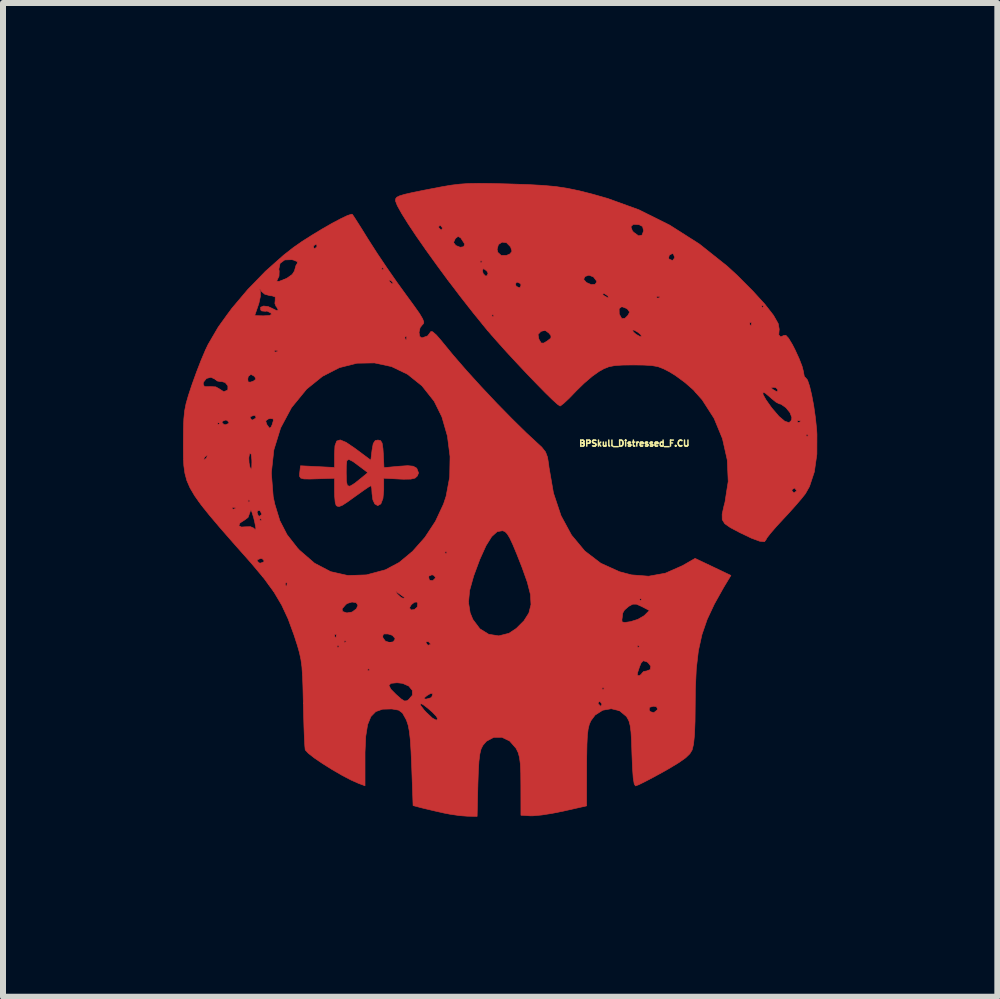
<source format=kicad_pcb>
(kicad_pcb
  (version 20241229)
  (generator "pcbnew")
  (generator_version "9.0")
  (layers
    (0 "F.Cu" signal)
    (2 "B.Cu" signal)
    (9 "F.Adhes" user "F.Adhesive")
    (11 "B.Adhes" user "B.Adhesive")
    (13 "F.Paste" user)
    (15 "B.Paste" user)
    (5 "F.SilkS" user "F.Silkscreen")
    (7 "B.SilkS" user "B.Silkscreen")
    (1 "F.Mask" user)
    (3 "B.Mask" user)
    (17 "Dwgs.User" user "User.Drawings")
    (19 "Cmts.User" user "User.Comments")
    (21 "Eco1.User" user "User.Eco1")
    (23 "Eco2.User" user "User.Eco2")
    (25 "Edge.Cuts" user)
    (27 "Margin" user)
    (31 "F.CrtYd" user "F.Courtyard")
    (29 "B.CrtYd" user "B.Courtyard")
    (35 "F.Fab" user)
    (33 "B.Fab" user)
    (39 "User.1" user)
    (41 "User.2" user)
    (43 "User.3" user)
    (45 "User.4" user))
  (footprint "BPSkull_Distressed_F.CU"
    (layer "F.Cu")
    (at 5.259 5.278)
    (property "Reference" "BPSkull_Distressed_F.CU" (at 2.261 -0.94 0) (layer "F.SilkS") (effects (font (size 0.1 0.1) (thickness 0.025))))
    (attr board_only exclude_from_pos_files exclude_from_bom)
    (fp_poly (pts (xy -2.543 -0.958) (xy -2.4 -0.861) (xy -2.374 -0.842) (xy -2.13 -0.66) (xy -2.11 -0.828) (xy -2.09 -0.937) (xy -2.057 -0.987) (xy -2.012 -0.996) (xy -1.968 -0.987) (xy -1.942 -0.945) (xy -1.928 -0.854) (xy -1.922 -0.766) (xy -1.911 -0.536) (xy -1.662 -0.559) (xy -1.515 -0.569) (xy -1.425 -0.56) (xy -1.373 -0.532) (xy -1.363 -0.522) (xy -1.335 -0.448) (xy -1.355 -0.397) (xy -1.393 -0.362) (xy -1.463 -0.345) (xy -1.584 -0.343) (xy -1.656 -0.346) (xy -1.915 -0.36) (xy -1.915 -0.165) (xy -1.928 -0.023) (xy -1.963 0.068) (xy -2.015 0.097) (xy -2.064 0.069) (xy -2.096 0.000428) (xy -2.11 -0.102) (xy -2.11 -0.106) (xy -2.115 -0.193) (xy -2.128 -0.234) (xy -2.13 -0.234) (xy -2.168 -0.213) (xy -2.252 -0.156) (xy -2.365 -0.075) (xy -2.388 -0.059) (xy -2.521 0.037) (xy -2.606 0.092) (xy -2.659 0.112) (xy -2.693 0.105) (xy -2.709 0.091) (xy -2.724 0.04) (xy -2.733 -0.062) (xy -2.735 -0.147) (xy -2.735 -0.359) (xy -2.98 -0.351) (xy -3.145 -0.346) (xy -3.247 -0.348) (xy -3.3 -0.363) (xy -3.318 -0.393) (xy -3.316 -0.445) (xy -3.315 -0.45) (xy -2.54 -0.45) (xy -2.537 -0.31) (xy -2.521 -0.237) (xy -2.479 -0.226) (xy -2.4 -0.274) (xy -2.291 -0.361) (xy -2.18 -0.453) (xy -2.311 -0.552) (xy -2.429 -0.639) (xy -2.498 -0.674) (xy -2.53 -0.652) (xy -2.539 -0.565) (xy -2.54 -0.45) (xy -3.315 -0.45) (xy -3.314 -0.459) (xy -3.302 -0.567) (xy -2.735 -0.539) (xy -2.735 -0.759) (xy -2.728 -0.9) (xy -2.699 -0.979) (xy -2.64 -0.998) (xy -2.543 -0.958)) (stroke (width 0.01) (type solid)) (fill yes) (layer "F.Cu"))
    (fp_poly (pts (xy -0.127 -5.271) (xy 0.139 -5.264) (xy 0.175 -5.263) (xy 0.485 -5.253) (xy 0.737 -5.239) (xy 0.95 -5.22) (xy 1.146 -5.19) (xy 1.344 -5.149) (xy 1.564 -5.093) (xy 1.817 -5.021) (xy 2.336 -4.833) (xy 2.85 -4.577) (xy 3.345 -4.262) (xy 3.806 -3.895) (xy 3.974 -3.741) (xy 4.235 -3.479) (xy 4.437 -3.257) (xy 4.579 -3.075) (xy 4.658 -2.936) (xy 4.675 -2.84) (xy 4.674 -2.837) (xy 4.667 -2.748) (xy 4.699 -2.714) (xy 4.75 -2.738) (xy 4.785 -2.741) (xy 4.83 -2.693) (xy 4.894 -2.587) (xy 4.94 -2.497) (xy 5.006 -2.353) (xy 5.056 -2.224) (xy 5.079 -2.135) (xy 5.08 -2.124) (xy 5.093 -2.054) (xy 5.116 -2.032) (xy 5.146 -1.996) (xy 5.18 -1.896) (xy 5.215 -1.75) (xy 5.249 -1.571) (xy 5.277 -1.374) (xy 5.298 -1.175) (xy 5.303 -1.094) (xy 5.302 -0.761) (xy 5.26 -0.466) (xy 5.179 -0.222) (xy 5.112 -0.103) (xy 5.049 -0.023) (xy 4.947 0.096) (xy 4.824 0.233) (xy 4.741 0.322) (xy 4.623 0.45) (xy 4.529 0.559) (xy 4.47 0.635) (xy 4.455 0.664) (xy 4.429 0.698) (xy 4.349 0.69) (xy 4.211 0.639) (xy 4.015 0.545) (xy 3.862 0.464) (xy 3.768 0.399) (xy 3.725 0.33) (xy 3.724 0.238) (xy 3.754 0.103) (xy 3.771 0.039) (xy 3.801 -0.156) (xy 4.885 -0.156) (xy 4.914 -0.118) (xy 4.924 -0.117) (xy 4.962 -0.147) (xy 4.963 -0.156) (xy 4.933 -0.194) (xy 4.924 -0.195) (xy 4.886 -0.166) (xy 4.885 -0.156) (xy 3.801 -0.156) (xy 3.825 -0.306) (xy 3.809 -0.664) (xy 3.729 -1.019) (xy 3.706 -1.075) (xy 5.119 -1.075) (xy 5.139 -1.055) (xy 5.158 -1.075) (xy 5.139 -1.094) (xy 5.119 -1.075) (xy 3.706 -1.075) (xy 3.589 -1.358) (xy 3.392 -1.665) (xy 3.279 -1.792) (xy 4.402 -1.792) (xy 4.406 -1.753) (xy 4.454 -1.667) (xy 4.545 -1.538) (xy 4.553 -1.528) (xy 4.67 -1.391) (xy 4.767 -1.309) (xy 4.839 -1.286) (xy 4.87 -1.316) (xy 4.976 -1.316) (xy 4.981 -1.292) (xy 5.002 -1.29) (xy 5.034 -1.304) (xy 5.028 -1.316) (xy 4.982 -1.32) (xy 4.976 -1.316) (xy 4.87 -1.316) (xy 4.879 -1.324) (xy 4.885 -1.371) (xy 4.855 -1.451) (xy 4.787 -1.535) (xy 4.706 -1.592) (xy 4.672 -1.601) (xy 4.622 -1.627) (xy 4.545 -1.689) (xy 4.526 -1.707) (xy 4.441 -1.779) (xy 4.402 -1.792) (xy 3.279 -1.792) (xy 3.245 -1.831) (xy 3.202 -1.869) (xy 4.537 -1.869) (xy 4.565 -1.842) (xy 4.572 -1.837) (xy 4.631 -1.802) (xy 4.649 -1.813) (xy 4.65 -1.837) (xy 4.618 -1.869) (xy 4.582 -1.875) (xy 4.537 -1.869) (xy 3.202 -1.869) (xy 3.106 -1.953) (xy 2.947 -2.07) (xy 2.85 -2.13) (xy 2.745 -2.184) (xy 2.654 -2.219) (xy 2.553 -2.237) (xy 2.419 -2.245) (xy 2.247 -2.247) (xy 2.061 -2.245) (xy 1.932 -2.236) (xy 1.836 -2.217) (xy 1.751 -2.183) (xy 1.676 -2.141) (xy 1.56 -2.059) (xy 1.422 -1.941) (xy 1.29 -1.812) (xy 1.278 -1.799) (xy 1.173 -1.69) (xy 1.085 -1.608) (xy 1.031 -1.566) (xy 1.023 -1.563) (xy 0.981 -1.591) (xy 0.897 -1.667) (xy 0.778 -1.783) (xy 0.634 -1.93) (xy 0.473 -2.097) (xy 0.305 -2.276) (xy 0.137 -2.457) (xy -0.02 -2.632) (xy -0.128 -2.755) (xy 0.656 -2.755) (xy 0.668 -2.685) (xy 0.673 -2.672) (xy 0.708 -2.613) (xy 0.75 -2.611) (xy 0.807 -2.645) (xy 0.87 -2.694) (xy 0.872 -2.734) (xy 0.837 -2.778) (xy 0.774 -2.825) (xy 0.708 -2.807) (xy 0.703 -2.804) (xy 0.656 -2.755) (xy -0.128 -2.755) (xy -0.158 -2.79) (xy -0.192 -2.829) (xy 2.23 -2.829) (xy 2.244 -2.797) (xy 2.289 -2.758) (xy 2.353 -2.722) (xy 2.381 -2.719) (xy 2.367 -2.752) (xy 2.322 -2.791) (xy 2.258 -2.827) (xy 2.23 -2.829) (xy -0.192 -2.829) (xy -0.224 -2.868) (xy -0.275 -2.931) (xy 4.181 -2.931) (xy 4.196 -2.899) (xy 4.207 -2.905) (xy 4.212 -2.951) (xy 4.207 -2.957) (xy 4.184 -2.951) (xy 4.181 -2.931) (xy -0.275 -2.931) (xy -0.386 -3.068) (xy -0.117 -3.068) (xy -0.098 -3.048) (xy -0.078 -3.068) (xy -0.098 -3.087) (xy -0.117 -3.068) (xy -0.386 -3.068) (xy -0.423 -3.113) (xy -0.479 -3.185) (xy 2.007 -3.185) (xy 2.009 -3.098) (xy 2.011 -3.091) (xy 2.051 -3.02) (xy 2.104 -3.024) (xy 2.153 -3.072) (xy 2.182 -3.127) (xy 2.15 -3.174) (xy 2.13 -3.189) (xy 2.052 -3.219) (xy 2.007 -3.185) (xy -0.479 -3.185) (xy -0.51 -3.224) (xy 4.377 -3.224) (xy 4.396 -3.204) (xy 4.416 -3.224) (xy 4.396 -3.243) (xy 4.377 -3.224) (xy -0.51 -3.224) (xy -0.626 -3.372) (xy -0.665 -3.423) (xy 1.731 -3.423) (xy 1.758 -3.4) (xy 1.821 -3.365) (xy 1.829 -3.378) (xy 1.824 -3.387) (xy 2.631 -3.387) (xy 2.637 -3.363) (xy 2.657 -3.361) (xy 2.689 -3.375) (xy 2.683 -3.387) (xy 2.637 -3.391) (xy 2.631 -3.387) (xy 1.824 -3.387) (xy 1.817 -3.4) (xy 1.76 -3.437) (xy 1.746 -3.438) (xy 1.731 -3.423) (xy -0.665 -3.423) (xy -0.797 -3.597) (xy 0.279 -3.597) (xy 0.292 -3.558) (xy 0.341 -3.534) (xy 0.358 -3.54) (xy 0.374 -3.582) (xy 0.356 -3.607) (xy 0.303 -3.629) (xy 0.279 -3.597) (xy -0.797 -3.597) (xy -0.829 -3.638) (xy -0.856 -3.674) (xy 1.416 -3.674) (xy 1.458 -3.625) (xy 1.466 -3.619) (xy 1.542 -3.586) (xy 1.607 -3.591) (xy 1.634 -3.63) (xy 1.631 -3.646) (xy 1.579 -3.714) (xy 1.504 -3.743) (xy 1.439 -3.721) (xy 1.416 -3.674) (xy -0.856 -3.674) (xy -0.968 -3.826) (xy -0.272 -3.826) (xy -0.259 -3.77) (xy -0.22 -3.729) (xy -0.194 -3.733) (xy -0.176 -3.777) (xy -0.199 -3.814) (xy -0.251 -3.853) (xy -0.272 -3.826) (xy -0.968 -3.826) (xy -1.024 -3.902) (xy -1.07 -3.966) (xy -0.313 -3.966) (xy -0.293 -3.947) (xy -0.274 -3.966) (xy -0.293 -3.986) (xy -0.313 -3.966) (xy -1.07 -3.966) (xy -1.114 -4.027) (xy 2.831 -4.027) (xy 2.841 -4.011) (xy 2.897 -3.987) (xy 2.93 -4.029) (xy 2.931 -4.044) (xy 2.911 -4.096) (xy 2.894 -4.103) (xy 2.843 -4.077) (xy 2.831 -4.027) (xy -1.114 -4.027) (xy -1.206 -4.155) (xy -1.22 -4.175) (xy -0.026 -4.175) (xy -0.014 -4.123) (xy 0.041 -4.073) (xy 0.13 -4.072) (xy 0.19 -4.099) (xy 0.222 -4.142) (xy 0.199 -4.213) (xy 0.198 -4.215) (xy 0.131 -4.284) (xy 0.056 -4.293) (xy -0.004 -4.253) (xy -0.026 -4.175) (xy -1.22 -4.175) (xy -1.298 -4.287) (xy -0.752 -4.287) (xy -0.716 -4.24) (xy -0.711 -4.236) (xy -0.641 -4.208) (xy -0.583 -4.217) (xy -0.566 -4.257) (xy -0.573 -4.273) (xy -0.632 -4.364) (xy -0.676 -4.389) (xy -0.719 -4.356) (xy -0.724 -4.349) (xy -0.752 -4.287) (xy -1.298 -4.287) (xy -1.37 -4.39) (xy -1.475 -4.548) (xy -1.003 -4.548) (xy -0.996 -4.533) (xy -0.961 -4.496) (xy -0.955 -4.494) (xy -0.938 -4.524) (xy -0.938 -4.533) (xy -0.952 -4.55) (xy 2.203 -4.55) (xy 2.228 -4.481) (xy 2.249 -4.458) (xy 2.332 -4.398) (xy 2.389 -4.411) (xy 2.415 -4.482) (xy 2.398 -4.554) (xy 2.338 -4.585) (xy 2.243 -4.59) (xy 2.203 -4.55) (xy -0.952 -4.55) (xy -0.968 -4.57) (xy -0.979 -4.572) (xy -1.003 -4.548) (xy -1.475 -4.548) (xy -1.509 -4.599) (xy -1.617 -4.772) (xy -1.689 -4.902) (xy -1.719 -4.98) (xy -1.719 -4.986) (xy -1.716 -5.017) (xy -1.697 -5.042) (xy -1.653 -5.064) (xy -1.571 -5.089) (xy -1.44 -5.119) (xy -1.249 -5.158) (xy -1.129 -5.181) (xy -0.943 -5.217) (xy -0.789 -5.243) (xy -0.648 -5.26) (xy -0.503 -5.27) (xy -0.335 -5.273) (xy -0.127 -5.271)) (stroke (width 0.01) (type solid)) (fill yes) (layer "F.Cu"))
    (fp_poly (pts (xy -2.439 -4.757) (xy -2.413 -4.72) (xy -2.354 -4.628) (xy -2.271 -4.497) (xy -2.172 -4.337) (xy -2.152 -4.306) (xy -2.02 -4.1) (xy -1.86 -3.862) (xy -1.693 -3.622) (xy -1.543 -3.415) (xy -1.41 -3.233) (xy -1.319 -3.104) (xy -1.267 -3.016) (xy -1.247 -2.962) (xy -1.255 -2.932) (xy -1.266 -2.923) (xy -1.309 -2.869) (xy -1.327 -2.792) (xy -1.317 -2.724) (xy -1.28 -2.697) (xy -1.184 -2.731) (xy -1.129 -2.804) (xy -1.1 -2.8) (xy -1.037 -2.745) (xy -0.954 -2.649) (xy -0.938 -2.629) (xy -0.759 -2.411) (xy -0.539 -2.157) (xy -0.291 -1.884) (xy -0.032 -1.609) (xy 0.223 -1.349) (xy 0.457 -1.119) (xy 0.612 -0.975) (xy 0.719 -0.876) (xy 0.781 -0.797) (xy 0.814 -0.71) (xy 0.834 -0.586) (xy 0.838 -0.545) (xy 0.913 -0.113) (xy 1.039 0.265) (xy 1.214 0.588) (xy 1.435 0.853) (xy 1.702 1.057) (xy 2.013 1.198) (xy 2.214 1.251) (xy 2.499 1.273) (xy 2.777 1.223) (xy 3.058 1.099) (xy 3.07 1.093) (xy 3.273 0.976) (xy 3.572 1.118) (xy 3.87 1.26) (xy 3.749 1.46) (xy 3.594 1.737) (xy 3.474 1.993) (xy 3.387 2.246) (xy 3.328 2.514) (xy 3.293 2.814) (xy 3.277 3.164) (xy 3.275 3.4) (xy 3.272 3.694) (xy 3.263 3.917) (xy 3.247 4.072) (xy 3.224 4.166) (xy 3.224 4.168) (xy 3.185 4.232) (xy 3.117 4.298) (xy 3.007 4.376) (xy 2.844 4.475) (xy 2.749 4.529) (xy 2.583 4.62) (xy 2.44 4.695) (xy 2.335 4.747) (xy 2.281 4.767) (xy 2.28 4.767) (xy 2.259 4.735) (xy 2.242 4.635) (xy 2.23 4.464) (xy 2.221 4.243) (xy 2.214 4.024) (xy 2.205 3.869) (xy 2.191 3.761) (xy 2.171 3.686) (xy 2.141 3.629) (xy 2.126 3.608) (xy 2.013 3.514) (xy 1.979 3.506) (xy 2.508 3.506) (xy 2.528 3.531) (xy 2.586 3.546) (xy 2.639 3.504) (xy 2.648 3.485) (xy 2.629 3.448) (xy 2.582 3.439) (xy 2.512 3.458) (xy 2.508 3.506) (xy 1.979 3.506) (xy 1.876 3.481) (xy 1.734 3.506) (xy 1.607 3.587) (xy 1.537 3.681) (xy 1.51 3.742) (xy 1.491 3.819) (xy 1.478 3.925) (xy 1.471 4.074) (xy 1.467 4.279) (xy 1.466 4.455) (xy 1.465 5.1) (xy 1.075 5.188) (xy 0.89 5.225) (xy 0.717 5.252) (xy 0.579 5.265) (xy 0.528 5.266) (xy 0.371 5.256) (xy 0.37 4.766) (xy 0.368 4.552) (xy 0.361 4.4) (xy 0.347 4.292) (xy 0.325 4.212) (xy 0.291 4.143) (xy 0.29 4.141) (xy 0.183 4.019) (xy 0.054 3.957) (xy -0.082 3.958) (xy -0.204 4.023) (xy -0.263 4.092) (xy -0.293 4.152) (xy -0.314 4.237) (xy -0.329 4.36) (xy -0.339 4.535) (xy -0.346 4.736) (xy -0.359 5.275) (xy -0.522 5.272) (xy -0.653 5.262) (xy -0.815 5.238) (xy -0.918 5.218) (xy -1.072 5.183) (xy -1.216 5.149) (xy -1.29 5.131) (xy -1.426 5.095) (xy -1.449 4.449) (xy -1.46 4.193) (xy -1.472 4.001) (xy -1.488 3.86) (xy -1.508 3.756) (xy -1.535 3.676) (xy -1.547 3.651) (xy -1.603 3.552) (xy -1.666 3.505) (xy -1.766 3.487) (xy -1.786 3.485) (xy -1.935 3.489) (xy -2.048 3.529) (xy -2.129 3.612) (xy -2.184 3.747) (xy -2.215 3.942) (xy -2.227 4.204) (xy -2.227 4.294) (xy -2.227 4.765) (xy -2.335 4.725) (xy -2.461 4.669) (xy -2.613 4.589) (xy -2.775 4.495) (xy -2.933 4.396) (xy -3.07 4.303) (xy -3.171 4.224) (xy -3.221 4.17) (xy -3.224 4.163) (xy -3.23 4.1) (xy -3.237 3.972) (xy -3.244 3.795) (xy -3.25 3.582) (xy -3.255 3.393) (xy -1.309 3.393) (xy -1.297 3.431) (xy -1.243 3.502) (xy -1.204 3.544) (xy -1.103 3.638) (xy -1.038 3.673) (xy -1.016 3.647) (xy -1.016 3.647) (xy -1.042 3.604) (xy -1.105 3.538) (xy -1.185 3.469) (xy -1.258 3.413) (xy -1.304 3.391) (xy -1.309 3.393) (xy -3.255 3.393) (xy -3.255 3.385) (xy 1.655 3.385) (xy 1.661 3.4) (xy 1.696 3.437) (xy 1.702 3.439) (xy 1.719 3.409) (xy 1.719 3.4) (xy 1.689 3.362) (xy 1.678 3.361) (xy 1.655 3.385) (xy -3.255 3.385) (xy -3.255 3.38) (xy -3.261 3.127) (xy -3.262 3.092) (xy -1.829 3.092) (xy -1.796 3.156) (xy -1.71 3.243) (xy -1.622 3.32) (xy -1.57 3.352) (xy -1.532 3.349) (xy -1.502 3.331) (xy -1.479 3.304) (xy -1.244 3.304) (xy -1.23 3.319) (xy -1.204 3.32) (xy -1.132 3.3) (xy -1.112 3.28) (xy -1.097 3.23) (xy -1.134 3.226) (xy -1.195 3.262) (xy -1.244 3.304) (xy -1.479 3.304) (xy -1.437 3.255) (xy -1.439 3.174) (xy -1.463 3.146) (xy 1.719 3.146) (xy 1.739 3.165) (xy 1.758 3.146) (xy 1.739 3.126) (xy 1.719 3.146) (xy -1.463 3.146) (xy -1.497 3.104) (xy -1.602 3.058) (xy -1.693 3.048) (xy -1.795 3.058) (xy -1.829 3.092) (xy -3.262 3.092) (xy -3.268 2.934) (xy -3.269 2.919) (xy 2.309 2.919) (xy 2.327 2.93) (xy 2.345 2.931) (xy 2.383 2.901) (xy 2.384 2.892) (xy 2.416 2.86) (xy 2.462 2.853) (xy 2.525 2.829) (xy 2.535 2.773) (xy 2.489 2.713) (xy 2.465 2.698) (xy 2.41 2.682) (xy 2.374 2.718) (xy 2.348 2.781) (xy 2.316 2.876) (xy 2.309 2.919) (xy -3.269 2.919) (xy -3.275 2.833) (xy -2.188 2.833) (xy -2.169 2.853) (xy -2.149 2.833) (xy -2.169 2.814) (xy -2.188 2.833) (xy -3.275 2.833) (xy -3.278 2.785) (xy -3.295 2.661) (xy -3.32 2.545) (xy -3.349 2.442) (xy -2.696 2.442) (xy -2.677 2.462) (xy -2.657 2.442) (xy 2.306 2.442) (xy 2.325 2.462) (xy 2.345 2.442) (xy 2.325 2.423) (xy 2.306 2.442) (xy -2.657 2.442) (xy -2.677 2.423) (xy -2.696 2.442) (xy -3.349 2.442) (xy -3.356 2.419) (xy -3.374 2.364) (xy -2.579 2.364) (xy -2.56 2.384) (xy -2.557 2.381) (xy -1.211 2.381) (xy -1.183 2.421) (xy -1.172 2.423) (xy -1.134 2.409) (xy -1.133 2.406) (xy -1.161 2.372) (xy -1.172 2.364) (xy -1.208 2.367) (xy -1.211 2.381) (xy -2.557 2.381) (xy -2.54 2.364) (xy -2.56 2.345) (xy -2.579 2.364) (xy -3.374 2.364) (xy -3.405 2.267) (xy -3.405 2.266) (xy -2.735 2.266) (xy -2.721 2.299) (xy -2.709 2.293) (xy -2.707 2.271) (xy -1.933 2.271) (xy -1.927 2.302) (xy -1.886 2.356) (xy -1.819 2.377) (xy -1.756 2.366) (xy -1.727 2.322) (xy -1.728 2.307) (xy -1.771 2.258) (xy -1.844 2.235) (xy -1.917 2.235) (xy -1.933 2.271) (xy -2.707 2.271) (xy -2.705 2.246) (xy -2.709 2.24) (xy -2.733 2.246) (xy -2.735 2.266) (xy -3.405 2.266) (xy -3.412 2.247) (xy -3.508 1.985) (xy -3.586 1.817) (xy -2.609 1.817) (xy -2.601 1.861) (xy -2.53 1.885) (xy -2.442 1.87) (xy -2.37 1.816) (xy -2.364 1.802) (xy -1.485 1.802) (xy -1.459 1.835) (xy -1.405 1.829) (xy -1.359 1.79) (xy -1.355 1.782) (xy -1.349 1.719) (xy -1.354 1.71) (xy -0.503 1.71) (xy -0.475 1.884) (xy -0.43 1.993) (xy -0.313 2.149) (xy -0.165 2.241) (xy 0.002 2.267) (xy 0.172 2.224) (xy 0.294 2.143) (xy 0.422 2.015) (xy 0.433 1.997) (xy 2.053 1.997) (xy 2.057 2.035) (xy 2.102 2.044) (xy 2.197 2.03) (xy 2.319 1.992) (xy 2.419 1.934) (xy 2.432 1.923) (xy 2.511 1.844) (xy 2.386 1.779) (xy 2.296 1.739) (xy 2.234 1.739) (xy 2.166 1.776) (xy 2.096 1.837) (xy 2.068 1.886) (xy 2.058 1.967) (xy 2.053 1.997) (xy 0.433 1.997) (xy 0.503 1.887) (xy 0.539 1.746) (xy 0.534 1.661) (xy 2.345 1.661) (xy 2.364 1.68) (xy 2.384 1.661) (xy 2.364 1.641) (xy 2.345 1.661) (xy 0.534 1.661) (xy 0.53 1.579) (xy 0.477 1.372) (xy 0.39 1.128) (xy 0.302 0.904) (xy 0.235 0.743) (xy 0.184 0.635) (xy 0.143 0.568) (xy 0.107 0.531) (xy 0.069 0.516) (xy 0.064 0.515) (xy -0.024 0.53) (xy -0.116 0.613) (xy -0.211 0.765) (xy -0.313 0.99) (xy -0.416 1.267) (xy -0.484 1.51) (xy -0.503 1.71) (xy -1.354 1.71) (xy -1.357 1.704) (xy -1.4 1.705) (xy -1.454 1.745) (xy -1.484 1.796) (xy -1.485 1.802) (xy -2.364 1.802) (xy -2.345 1.755) (xy -2.375 1.713) (xy -2.445 1.703) (xy -2.523 1.727) (xy -2.546 1.744) (xy -2.609 1.817) (xy -3.586 1.817) (xy -3.615 1.755) (xy -3.744 1.537) (xy -3.753 1.525) (xy -1.714 1.525) (xy -1.711 1.539) (xy -1.685 1.573) (xy -1.626 1.628) (xy -1.591 1.641) (xy -1.563 1.634) (xy -1.566 1.63) (xy -1.607 1.601) (xy -1.661 1.562) (xy -1.714 1.525) (xy -3.753 1.525) (xy -3.839 1.407) (xy -3.556 1.407) (xy -3.542 1.439) (xy -3.53 1.433) (xy -3.525 1.386) (xy -3.53 1.381) (xy -3.553 1.386) (xy -3.556 1.407) (xy -3.839 1.407) (xy -3.909 1.311) (xy -3.94 1.274) (xy -1.168 1.274) (xy -1.158 1.328) (xy -1.147 1.341) (xy -1.099 1.348) (xy -1.059 1.309) (xy -1.055 1.287) (xy -1.087 1.255) (xy -1.114 1.25) (xy -1.168 1.274) (xy -3.94 1.274) (xy -4.12 1.059) (xy -4.158 1.016) (xy -4.025 1.016) (xy -3.993 1.051) (xy -3.966 1.055) (xy -3.914 1.034) (xy -3.908 1.016) (xy -3.939 0.981) (xy -3.966 0.977) (xy -4.018 0.998) (xy -4.025 1.016) (xy -4.158 1.016) (xy -4.425 0.715) (xy -4.644 0.464) (xy -4.672 0.431) (xy -4.33 0.431) (xy -4.287 0.454) (xy -4.226 0.45) (xy -4.135 0.448) (xy -4.082 0.471) (xy -4.082 0.471) (xy -4.051 0.505) (xy -4.046 0.469) (xy -4.066 0.365) (xy -4.074 0.332) (xy -3.986 0.332) (xy -3.966 0.352) (xy -3.947 0.332) (xy -3.966 0.313) (xy -3.986 0.332) (xy -4.074 0.332) (xy -4.084 0.293) (xy -4.109 0.213) (xy -4.025 0.213) (xy -4.005 0.266) (xy -3.986 0.274) (xy -3.948 0.245) (xy -3.947 0.237) (xy -3.975 0.184) (xy -3.986 0.176) (xy -4.019 0.185) (xy -4.025 0.213) (xy -4.109 0.213) (xy -4.115 0.194) (xy -4.134 0.167) (xy -4.14 0.196) (xy -4.176 0.294) (xy -4.228 0.333) (xy -4.31 0.386) (xy -4.33 0.431) (xy -4.672 0.431) (xy -4.821 0.255) (xy -4.921 0.13) (xy -4.442 0.13) (xy -4.436 0.153) (xy -4.416 0.156) (xy -4.384 0.142) (xy -4.39 0.13) (xy -4.436 0.126) (xy -4.442 0.13) (xy -4.921 0.13) (xy -4.96 0.081) (xy -5.004 0.02) (xy -4.181 0.02) (xy -4.162 0.039) (xy -4.142 0.02) (xy -4.162 0) (xy -4.181 0.02) (xy -5.004 0.02) (xy -5.066 -0.068) (xy -5.143 -0.199) (xy -5.196 -0.321) (xy -5.228 -0.441) (xy -5.229 -0.448) (xy -3.788 -0.448) (xy -3.757 -0.054) (xy -3.731 0.07) (xy -3.646 0.348) (xy -3.526 0.581) (xy -3.354 0.801) (xy -3.319 0.839) (xy -3.068 1.056) (xy -2.799 1.197) (xy -2.511 1.262) (xy -2.204 1.251) (xy -1.887 1.166) (xy -1.658 1.044) (xy -1.459 0.879) (xy -0.899 0.879) (xy -0.879 0.899) (xy -0.86 0.879) (xy -0.879 0.86) (xy -0.899 0.879) (xy -1.459 0.879) (xy -1.435 0.859) (xy -1.229 0.626) (xy -1.053 0.358) (xy -0.919 0.071) (xy -0.876 -0.059) (xy -0.816 -0.379) (xy -0.81 -0.721) (xy -0.854 -1.063) (xy -0.946 -1.382) (xy -1.074 -1.641) (xy -1.278 -1.899) (xy -1.519 -2.092) (xy -1.785 -2.22) (xy -2.069 -2.281) (xy -2.362 -2.276) (xy -2.654 -2.202) (xy -2.935 -2.058) (xy -3.198 -1.846) (xy -3.205 -1.838) (xy -3.452 -1.536) (xy -3.633 -1.198) (xy -3.746 -0.832) (xy -3.788 -0.448) (xy -5.229 -0.448) (xy -5.246 -0.569) (xy -5.251 -0.667) (xy -4.914 -0.667) (xy -4.909 -0.664) (xy -4.873 -0.692) (xy -4.866 -0.702) (xy -4.163 -0.702) (xy -4.159 -0.615) (xy -4.143 -0.539) (xy -4.12 -0.508) (xy -4.114 -0.543) (xy -4.112 -0.629) (xy -4.113 -0.664) (xy -4.123 -0.758) (xy -4.143 -0.775) (xy -4.152 -0.763) (xy -4.163 -0.702) (xy -4.866 -0.702) (xy -4.865 -0.703) (xy -4.855 -0.74) (xy -4.86 -0.742) (xy -4.896 -0.715) (xy -4.904 -0.703) (xy -4.914 -0.667) (xy -5.251 -0.667) (xy -5.253 -0.711) (xy -5.254 -0.877) (xy -5.254 -0.957) (xy -5.252 -1.18) (xy -5.249 -1.27) (xy -4.689 -1.27) (xy -4.67 -1.25) (xy -4.65 -1.27) (xy -4.67 -1.29) (xy -4.611 -1.29) (xy -4.579 -1.255) (xy -4.552 -1.25) (xy -4.5 -1.272) (xy -4.494 -1.29) (xy -4.517 -1.315) (xy -3.882 -1.315) (xy -3.865 -1.259) (xy -3.857 -1.246) (xy -3.819 -1.194) (xy -3.794 -1.21) (xy -3.775 -1.25) (xy -3.754 -1.321) (xy -3.759 -1.349) (xy -3.808 -1.355) (xy -3.842 -1.346) (xy -3.882 -1.315) (xy -4.517 -1.315) (xy -4.525 -1.324) (xy -4.552 -1.329) (xy -4.604 -1.308) (xy -4.611 -1.29) (xy -4.67 -1.29) (xy -4.689 -1.27) (xy -5.249 -1.27) (xy -5.246 -1.347) (xy -5.244 -1.368) (xy -4.142 -1.368) (xy -4.114 -1.33) (xy -4.105 -1.329) (xy -4.052 -1.357) (xy -4.044 -1.368) (xy -4.053 -1.401) (xy -4.081 -1.407) (xy -4.135 -1.386) (xy -4.142 -1.368) (xy -5.244 -1.368) (xy -5.233 -1.48) (xy -5.209 -1.602) (xy -5.171 -1.735) (xy -5.116 -1.902) (xy -5.109 -1.921) (xy -5.107 -1.928) (xy -4.924 -1.928) (xy -4.903 -1.886) (xy -4.829 -1.885) (xy -4.819 -1.887) (xy -4.714 -1.882) (xy -4.66 -1.852) (xy -4.581 -1.801) (xy -4.522 -1.825) (xy -4.512 -1.838) (xy -4.512 -1.899) (xy -4.557 -1.954) (xy -4.618 -1.972) (xy -4.627 -1.969) (xy -4.69 -1.98) (xy -4.726 -2.01) (xy -4.727 -2.01) (xy -4.181 -2.01) (xy -4.174 -1.963) (xy -4.135 -1.961) (xy -4.086 -1.978) (xy -4.045 -2.011) (xy -4.067 -2.056) (xy -4.128 -2.09) (xy -4.172 -2.057) (xy -4.181 -2.01) (xy -4.727 -2.01) (xy -4.794 -2.042) (xy -4.869 -2.022) (xy -4.918 -1.961) (xy -4.924 -1.928) (xy -5.107 -1.928) (xy -5.037 -2.122) (xy -4.958 -2.326) (xy -4.889 -2.488) (xy -3.738 -2.488) (xy -3.733 -2.465) (xy -3.712 -2.462) (xy -3.68 -2.476) (xy -3.686 -2.488) (xy -3.733 -2.493) (xy -3.738 -2.488) (xy -4.889 -2.488) (xy -4.883 -2.502) (xy -4.843 -2.586) (xy -4.779 -2.696) (xy -1.563 -2.696) (xy -1.549 -2.664) (xy -1.537 -2.67) (xy -1.532 -2.717) (xy -1.537 -2.722) (xy -1.56 -2.717) (xy -1.563 -2.696) (xy -4.779 -2.696) (xy -4.672 -2.879) (xy -4.533 -3.072) (xy -4.064 -3.072) (xy -4.029 -3.068) (xy -3.943 -3.066) (xy -3.91 -3.066) (xy -3.814 -3.072) (xy -3.785 -3.092) (xy -3.796 -3.113) (xy -3.859 -3.145) (xy -3.887 -3.141) (xy -3.949 -3.147) (xy -3.965 -3.163) (xy -3.967 -3.208) (xy -3.917 -3.229) (xy -3.84 -3.22) (xy -3.771 -3.188) (xy -3.703 -3.154) (xy -3.673 -3.161) (xy -3.673 -3.162) (xy -3.701 -3.216) (xy -3.709 -3.222) (xy -3.729 -3.272) (xy -3.724 -3.322) (xy -3.723 -3.38) (xy -3.777 -3.399) (xy -3.804 -3.4) (xy -3.897 -3.425) (xy -3.948 -3.468) (xy -3.98 -3.515) (xy -3.979 -3.495) (xy -3.971 -3.469) (xy -3.97 -3.391) (xy -3.994 -3.279) (xy -4.007 -3.239) (xy -4.041 -3.14) (xy -4.062 -3.08) (xy -4.064 -3.072) (xy -4.533 -3.072) (xy -4.446 -3.19) (xy -4.18 -3.505) (xy -4.046 -3.642) (xy -3.699 -3.642) (xy -3.658 -3.64) (xy -3.601 -3.662) (xy -1.83 -3.662) (xy -1.821 -3.64) (xy -1.781 -3.598) (xy -1.759 -3.607) (xy -1.758 -3.612) (xy -1.786 -3.645) (xy -1.804 -3.657) (xy -1.83 -3.662) (xy -3.601 -3.662) (xy -3.56 -3.678) (xy -3.523 -3.696) (xy -3.44 -3.755) (xy -3.4 -3.817) (xy -3.4 -3.825) (xy -3.393 -3.849) (xy -1.954 -3.849) (xy -1.934 -3.83) (xy -1.915 -3.849) (xy -1.934 -3.869) (xy -1.954 -3.849) (xy -3.393 -3.849) (xy -3.377 -3.907) (xy -3.358 -3.934) (xy -3.353 -3.968) (xy -3.419 -3.995) (xy -3.446 -4.001) (xy -3.565 -3.997) (xy -3.642 -3.94) (xy -3.663 -3.843) (xy -3.657 -3.812) (xy -3.66 -3.725) (xy -3.68 -3.685) (xy -3.699 -3.642) (xy -4.046 -3.642) (xy -3.888 -3.806) (xy -3.584 -4.076) (xy -3.418 -4.206) (xy -3.397 -4.22) (xy -3.087 -4.22) (xy -3.074 -4.182) (xy -3.07 -4.181) (xy -3.036 -4.209) (xy -3.028 -4.22) (xy -3.032 -4.256) (xy -3.046 -4.259) (xy -3.085 -4.231) (xy -3.087 -4.22) (xy -3.397 -4.22) (xy -3.279 -4.303) (xy -3.117 -4.406) (xy -2.947 -4.509) (xy -2.782 -4.604) (xy -2.635 -4.682) (xy -2.52 -4.737) (xy -2.451 -4.759) (xy -2.439 -4.757)) (stroke (width 0.01) (type solid)) (fill yes) (layer "F.Cu")))
  (gr_rect
    (start -3 -3)
    (end 13.568 13.558)
    (stroke (width 0.1) (type default))
    (fill no)
    (layer "Edge.Cuts")))
</source>
